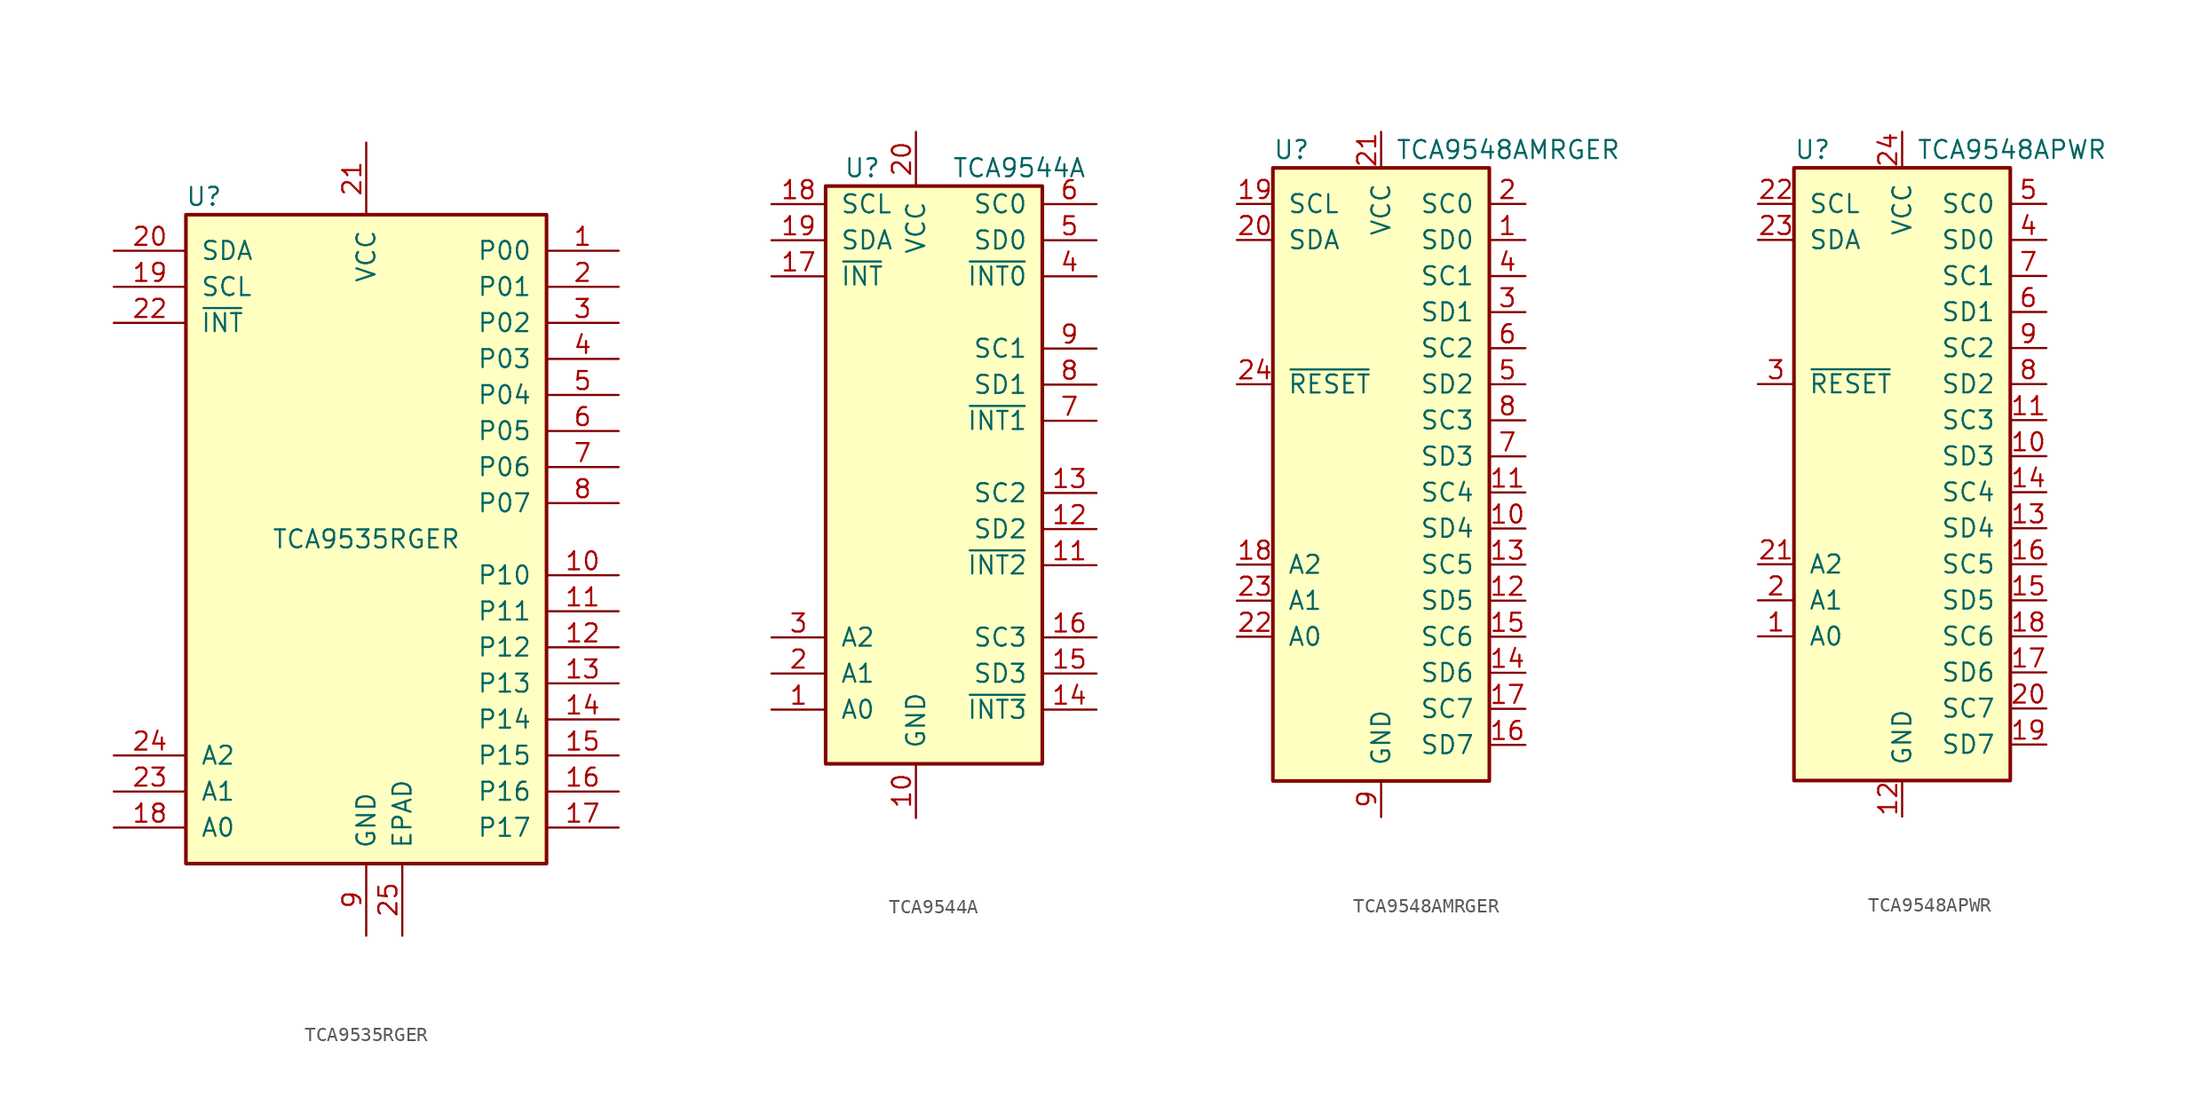
<source format=kicad_sym>
(kicad_symbol_lib
  (version 20201005)
  (generator kicad_symbol_editor)
  (symbol "TCA9535RGER"
    (pin_names
      (offset 1.016))
    (property "Reference" "U"
      (at -11.43 24.13 0)
      (effects (font (size 1.27 1.27))))
    (property "Value" "TCA9535RGER"
      (at 0 0 0)
      (effects (font (size 1.27 1.27))))
    (symbol "TCA9535RGER_0_1"
      (rectangle (start -12.7 22.86) (end 12.7 -22.86) (stroke (width 0.254)) (fill (type background))))
    (symbol "TCA9535RGER_1_1"
      (pin bidirectional line (at 17.78 20.32 180) (length 5.08) (name "P00" (effects (font (size 1.27 1.27)))) (number "1" (effects (font (size 1.27 1.27)))))
      (pin bidirectional line (at 17.78 -2.54 180) (length 5.08) (name "P10" (effects (font (size 1.27 1.27)))) (number "10" (effects (font (size 1.27 1.27)))))
      (pin bidirectional line (at 17.78 -5.08 180) (length 5.08) (name "P11" (effects (font (size 1.27 1.27)))) (number "11" (effects (font (size 1.27 1.27)))))
      (pin bidirectional line (at 17.78 -7.62 180) (length 5.08) (name "P12" (effects (font (size 1.27 1.27)))) (number "12" (effects (font (size 1.27 1.27)))))
      (pin bidirectional line (at 17.78 -10.16 180) (length 5.08) (name "P13" (effects (font (size 1.27 1.27)))) (number "13" (effects (font (size 1.27 1.27)))))
      (pin bidirectional line (at 17.78 -12.7 180) (length 5.08) (name "P14" (effects (font (size 1.27 1.27)))) (number "14" (effects (font (size 1.27 1.27)))))
      (pin bidirectional line (at 17.78 -15.24 180) (length 5.08) (name "P15" (effects (font (size 1.27 1.27)))) (number "15" (effects (font (size 1.27 1.27)))))
      (pin bidirectional line (at 17.78 -17.78 180) (length 5.08) (name "P16" (effects (font (size 1.27 1.27)))) (number "16" (effects (font (size 1.27 1.27)))))
      (pin bidirectional line (at 17.78 -20.32 180) (length 5.08) (name "P17" (effects (font (size 1.27 1.27)))) (number "17" (effects (font (size 1.27 1.27)))))
      (pin input line (at -17.78 -20.32 0) (length 5.08) (name "A0" (effects (font (size 1.27 1.27)))) (number "18" (effects (font (size 1.27 1.27)))))
      (pin input line (at -17.78 17.78 0) (length 5.08) (name "SCL" (effects (font (size 1.27 1.27)))) (number "19" (effects (font (size 1.27 1.27)))))
      (pin bidirectional line (at 17.78 17.78 180) (length 5.08) (name "P01" (effects (font (size 1.27 1.27)))) (number "2" (effects (font (size 1.27 1.27)))))
      (pin bidirectional line (at -17.78 20.32 0) (length 5.08) (name "SDA" (effects (font (size 1.27 1.27)))) (number "20" (effects (font (size 1.27 1.27)))))
      (pin power_in line (at 0 27.94 270) (length 5.08) (name "VCC" (effects (font (size 1.27 1.27)))) (number "21" (effects (font (size 1.27 1.27)))))
      (pin open_collector line (at -17.78 15.24 0) (length 5.08) (name "~INT" (effects (font (size 1.27 1.27)))) (number "22" (effects (font (size 1.27 1.27)))))
      (pin input line (at -17.78 -17.78 0) (length 5.08) (name "A1" (effects (font (size 1.27 1.27)))) (number "23" (effects (font (size 1.27 1.27)))))
      (pin input line (at -17.78 -15.24 0) (length 5.08) (name "A2" (effects (font (size 1.27 1.27)))) (number "24" (effects (font (size 1.27 1.27)))))
      (pin input line (at 2.54 -27.94 90) (length 5.08) (name "EPAD" (effects (font (size 1.27 1.27)))) (number "25" (effects (font (size 1.27 1.27)))))
      (pin bidirectional line (at 17.78 15.24 180) (length 5.08) (name "P02" (effects (font (size 1.27 1.27)))) (number "3" (effects (font (size 1.27 1.27)))))
      (pin bidirectional line (at 17.78 12.7 180) (length 5.08) (name "P03" (effects (font (size 1.27 1.27)))) (number "4" (effects (font (size 1.27 1.27)))))
      (pin bidirectional line (at 17.78 10.16 180) (length 5.08) (name "P04" (effects (font (size 1.27 1.27)))) (number "5" (effects (font (size 1.27 1.27)))))
      (pin bidirectional line (at 17.78 7.62 180) (length 5.08) (name "P05" (effects (font (size 1.27 1.27)))) (number "6" (effects (font (size 1.27 1.27)))))
      (pin bidirectional line (at 17.78 5.08 180) (length 5.08) (name "P06" (effects (font (size 1.27 1.27)))) (number "7" (effects (font (size 1.27 1.27)))))
      (pin bidirectional line (at 17.78 2.54 180) (length 5.08) (name "P07" (effects (font (size 1.27 1.27)))) (number "8" (effects (font (size 1.27 1.27)))))
      (pin power_in line (at 0 -27.94 90) (length 5.08) (name "GND" (effects (font (size 1.27 1.27)))) (number "9" (effects (font (size 1.27 1.27)))))))
  (symbol "TCA9544A"
    (pin_names
      (offset 1.016))
    (property "Reference" "U"
      (at -5.08 20.32 0)
      (effects (font (size 1.27 1.27)) (justify left)))
    (property "Value" "TCA9544A"
      (at 2.54 20.32 0)
      (effects (font (size 1.27 1.27)) (justify left)))
    (symbol "TCA9544A_0_1"
      (rectangle (start -6.35 19.05) (end 8.89 -21.59) (stroke (width 0.254)) (fill (type background))))
    (symbol "TCA9544A_1_1"
      (pin input line (at -10.16 -17.78 0) (length 3.81) (name "A0" (effects (font (size 1.27 1.27)))) (number "1" (effects (font (size 1.27 1.27)))))
      (pin power_in line (at 0 -25.4 90) (length 3.81) (name "GND" (effects (font (size 1.27 1.27)))) (number "10" (effects (font (size 1.27 1.27)))))
      (pin input line (at 12.7 -7.62 180) (length 3.81) (name "~INT2" (effects (font (size 1.27 1.27)))) (number "11" (effects (font (size 1.27 1.27)))))
      (pin bidirectional line (at 12.7 -5.08 180) (length 3.81) (name "SD2" (effects (font (size 1.27 1.27)))) (number "12" (effects (font (size 1.27 1.27)))))
      (pin bidirectional line (at 12.7 -2.54 180) (length 3.81) (name "SC2" (effects (font (size 1.27 1.27)))) (number "13" (effects (font (size 1.27 1.27)))))
      (pin input line (at 12.7 -17.78 180) (length 3.81) (name "~INT3" (effects (font (size 1.27 1.27)))) (number "14" (effects (font (size 1.27 1.27)))))
      (pin bidirectional line (at 12.7 -15.24 180) (length 3.81) (name "SD3" (effects (font (size 1.27 1.27)))) (number "15" (effects (font (size 1.27 1.27)))))
      (pin bidirectional line (at 12.7 -12.7 180) (length 3.81) (name "SC3" (effects (font (size 1.27 1.27)))) (number "16" (effects (font (size 1.27 1.27)))))
      (pin open_collector line (at -10.16 12.7 0) (length 3.81) (name "~INT" (effects (font (size 1.27 1.27)))) (number "17" (effects (font (size 1.27 1.27)))))
      (pin bidirectional line (at -10.16 17.78 0) (length 3.81) (name "SCL" (effects (font (size 1.27 1.27)))) (number "18" (effects (font (size 1.27 1.27)))))
      (pin bidirectional line (at -10.16 15.24 0) (length 3.81) (name "SDA" (effects (font (size 1.27 1.27)))) (number "19" (effects (font (size 1.27 1.27)))))
      (pin input line (at -10.16 -15.24 0) (length 3.81) (name "A1" (effects (font (size 1.27 1.27)))) (number "2" (effects (font (size 1.27 1.27)))))
      (pin power_in line (at 0 22.86 270) (length 3.81) (name "VCC" (effects (font (size 1.27 1.27)))) (number "20" (effects (font (size 1.27 1.27)))))
      (pin input line (at -10.16 -12.7 0) (length 3.81) (name "A2" (effects (font (size 1.27 1.27)))) (number "3" (effects (font (size 1.27 1.27)))))
      (pin input line (at 12.7 12.7 180) (length 3.81) (name "~INT0" (effects (font (size 1.27 1.27)))) (number "4" (effects (font (size 1.27 1.27)))))
      (pin bidirectional line (at 12.7 15.24 180) (length 3.81) (name "SD0" (effects (font (size 1.27 1.27)))) (number "5" (effects (font (size 1.27 1.27)))))
      (pin bidirectional line (at 12.7 17.78 180) (length 3.81) (name "SC0" (effects (font (size 1.27 1.27)))) (number "6" (effects (font (size 1.27 1.27)))))
      (pin input line (at 12.7 2.54 180) (length 3.81) (name "~INT1" (effects (font (size 1.27 1.27)))) (number "7" (effects (font (size 1.27 1.27)))))
      (pin bidirectional line (at 12.7 5.08 180) (length 3.81) (name "SD1" (effects (font (size 1.27 1.27)))) (number "8" (effects (font (size 1.27 1.27)))))
      (pin bidirectional line (at 12.7 7.62 180) (length 3.81) (name "SC1" (effects (font (size 1.27 1.27)))) (number "9" (effects (font (size 1.27 1.27)))))))
  (symbol "TCA9548AMRGER"
    (pin_names
      (offset 1.016))
    (property "Reference" "U"
      (at -7.62 21.59 0)
      (effects (font (size 1.27 1.27)) (justify left)))
    (property "Value" "TCA9548AMRGER"
      (at 1.016 21.59 0)
      (effects (font (size 1.27 1.27)) (justify left)))
    (symbol "TCA9548AMRGER_0_1"
      (rectangle (start -7.62 20.32) (end 7.62 -22.86) (stroke (width 0.254)) (fill (type background))))
    (symbol "TCA9548AMRGER_1_1"
      (pin bidirectional line (at 10.16 15.24 180) (length 2.54) (name "SD0" (effects (font (size 1.27 1.27)))) (number "1" (effects (font (size 1.27 1.27)))))
      (pin bidirectional line (at 10.16 -5.08 180) (length 2.54) (name "SD4" (effects (font (size 1.27 1.27)))) (number "10" (effects (font (size 1.27 1.27)))))
      (pin bidirectional line (at 10.16 -2.54 180) (length 2.54) (name "SC4" (effects (font (size 1.27 1.27)))) (number "11" (effects (font (size 1.27 1.27)))))
      (pin bidirectional line (at 10.16 -10.16 180) (length 2.54) (name "SD5" (effects (font (size 1.27 1.27)))) (number "12" (effects (font (size 1.27 1.27)))))
      (pin bidirectional line (at 10.16 -7.62 180) (length 2.54) (name "SC5" (effects (font (size 1.27 1.27)))) (number "13" (effects (font (size 1.27 1.27)))))
      (pin bidirectional line (at 10.16 -15.24 180) (length 2.54) (name "SD6" (effects (font (size 1.27 1.27)))) (number "14" (effects (font (size 1.27 1.27)))))
      (pin bidirectional line (at 10.16 -12.7 180) (length 2.54) (name "SC6" (effects (font (size 1.27 1.27)))) (number "15" (effects (font (size 1.27 1.27)))))
      (pin bidirectional line (at 10.16 -20.32 180) (length 2.54) (name "SD7" (effects (font (size 1.27 1.27)))) (number "16" (effects (font (size 1.27 1.27)))))
      (pin bidirectional line (at 10.16 -17.78 180) (length 2.54) (name "SC7" (effects (font (size 1.27 1.27)))) (number "17" (effects (font (size 1.27 1.27)))))
      (pin input line (at -10.16 -7.62 0) (length 2.54) (name "A2" (effects (font (size 1.27 1.27)))) (number "18" (effects (font (size 1.27 1.27)))))
      (pin bidirectional line (at -10.16 17.78 0) (length 2.54) (name "SCL" (effects (font (size 1.27 1.27)))) (number "19" (effects (font (size 1.27 1.27)))))
      (pin bidirectional line (at 10.16 17.78 180) (length 2.54) (name "SC0" (effects (font (size 1.27 1.27)))) (number "2" (effects (font (size 1.27 1.27)))))
      (pin bidirectional line (at -10.16 15.24 0) (length 2.54) (name "SDA" (effects (font (size 1.27 1.27)))) (number "20" (effects (font (size 1.27 1.27)))))
      (pin power_in line (at 0 22.86 270) (length 2.54) (name "VCC" (effects (font (size 1.27 1.27)))) (number "21" (effects (font (size 1.27 1.27)))))
      (pin input line (at -10.16 -12.7 0) (length 2.54) (name "A0" (effects (font (size 1.27 1.27)))) (number "22" (effects (font (size 1.27 1.27)))))
      (pin input line (at -10.16 -10.16 0) (length 2.54) (name "A1" (effects (font (size 1.27 1.27)))) (number "23" (effects (font (size 1.27 1.27)))))
      (pin input line (at -10.16 5.08 0) (length 2.54) (name "~RESET" (effects (font (size 1.27 1.27)))) (number "24" (effects (font (size 1.27 1.27)))))
      (pin no_connect line (at -7.62 -15.24 0) (length 2.54) hide (name "1EP" (effects (font (size 1.27 1.27)))) (number "25" (effects (font (size 1.27 1.27)))))
      (pin bidirectional line (at 10.16 10.16 180) (length 2.54) (name "SD1" (effects (font (size 1.27 1.27)))) (number "3" (effects (font (size 1.27 1.27)))))
      (pin bidirectional line (at 10.16 12.7 180) (length 2.54) (name "SC1" (effects (font (size 1.27 1.27)))) (number "4" (effects (font (size 1.27 1.27)))))
      (pin bidirectional line (at 10.16 5.08 180) (length 2.54) (name "SD2" (effects (font (size 1.27 1.27)))) (number "5" (effects (font (size 1.27 1.27)))))
      (pin bidirectional line (at 10.16 7.62 180) (length 2.54) (name "SC2" (effects (font (size 1.27 1.27)))) (number "6" (effects (font (size 1.27 1.27)))))
      (pin bidirectional line (at 10.16 0 180) (length 2.54) (name "SD3" (effects (font (size 1.27 1.27)))) (number "7" (effects (font (size 1.27 1.27)))))
      (pin bidirectional line (at 10.16 2.54 180) (length 2.54) (name "SC3" (effects (font (size 1.27 1.27)))) (number "8" (effects (font (size 1.27 1.27)))))
      (pin power_in line (at 0 -25.4 90) (length 2.54) (name "GND" (effects (font (size 1.27 1.27)))) (number "9" (effects (font (size 1.27 1.27)))))))
  (symbol "TCA9548APWR"
    (pin_names
      (offset 1.016))
    (property "Reference" "U"
      (at -7.62 21.59 0)
      (effects (font (size 1.27 1.27)) (justify left)))
    (property "Value" "TCA9548APWR"
      (at 1.016 21.59 0)
      (effects (font (size 1.27 1.27)) (justify left)))
    (symbol "TCA9548APWR_0_1"
      (rectangle (start -7.62 20.32) (end 7.62 -22.86) (stroke (width 0.254)) (fill (type background))))
    (symbol "TCA9548APWR_1_1"
      (pin input line (at -10.16 -12.7 0) (length 2.54) (name "A0" (effects (font (size 1.27 1.27)))) (number "1" (effects (font (size 1.27 1.27)))))
      (pin bidirectional line (at 10.16 0 180) (length 2.54) (name "SD3" (effects (font (size 1.27 1.27)))) (number "10" (effects (font (size 1.27 1.27)))))
      (pin bidirectional line (at 10.16 2.54 180) (length 2.54) (name "SC3" (effects (font (size 1.27 1.27)))) (number "11" (effects (font (size 1.27 1.27)))))
      (pin power_in line (at 0 -25.4 90) (length 2.54) (name "GND" (effects (font (size 1.27 1.27)))) (number "12" (effects (font (size 1.27 1.27)))))
      (pin bidirectional line (at 10.16 -5.08 180) (length 2.54) (name "SD4" (effects (font (size 1.27 1.27)))) (number "13" (effects (font (size 1.27 1.27)))))
      (pin bidirectional line (at 10.16 -2.54 180) (length 2.54) (name "SC4" (effects (font (size 1.27 1.27)))) (number "14" (effects (font (size 1.27 1.27)))))
      (pin bidirectional line (at 10.16 -10.16 180) (length 2.54) (name "SD5" (effects (font (size 1.27 1.27)))) (number "15" (effects (font (size 1.27 1.27)))))
      (pin bidirectional line (at 10.16 -7.62 180) (length 2.54) (name "SC5" (effects (font (size 1.27 1.27)))) (number "16" (effects (font (size 1.27 1.27)))))
      (pin bidirectional line (at 10.16 -15.24 180) (length 2.54) (name "SD6" (effects (font (size 1.27 1.27)))) (number "17" (effects (font (size 1.27 1.27)))))
      (pin bidirectional line (at 10.16 -12.7 180) (length 2.54) (name "SC6" (effects (font (size 1.27 1.27)))) (number "18" (effects (font (size 1.27 1.27)))))
      (pin bidirectional line (at 10.16 -20.32 180) (length 2.54) (name "SD7" (effects (font (size 1.27 1.27)))) (number "19" (effects (font (size 1.27 1.27)))))
      (pin input line (at -10.16 -10.16 0) (length 2.54) (name "A1" (effects (font (size 1.27 1.27)))) (number "2" (effects (font (size 1.27 1.27)))))
      (pin bidirectional line (at 10.16 -17.78 180) (length 2.54) (name "SC7" (effects (font (size 1.27 1.27)))) (number "20" (effects (font (size 1.27 1.27)))))
      (pin input line (at -10.16 -7.62 0) (length 2.54) (name "A2" (effects (font (size 1.27 1.27)))) (number "21" (effects (font (size 1.27 1.27)))))
      (pin bidirectional line (at -10.16 17.78 0) (length 2.54) (name "SCL" (effects (font (size 1.27 1.27)))) (number "22" (effects (font (size 1.27 1.27)))))
      (pin bidirectional line (at -10.16 15.24 0) (length 2.54) (name "SDA" (effects (font (size 1.27 1.27)))) (number "23" (effects (font (size 1.27 1.27)))))
      (pin power_in line (at 0 22.86 270) (length 2.54) (name "VCC" (effects (font (size 1.27 1.27)))) (number "24" (effects (font (size 1.27 1.27)))))
      (pin input line (at -10.16 5.08 0) (length 2.54) (name "~RESET" (effects (font (size 1.27 1.27)))) (number "3" (effects (font (size 1.27 1.27)))))
      (pin bidirectional line (at 10.16 15.24 180) (length 2.54) (name "SD0" (effects (font (size 1.27 1.27)))) (number "4" (effects (font (size 1.27 1.27)))))
      (pin bidirectional line (at 10.16 17.78 180) (length 2.54) (name "SC0" (effects (font (size 1.27 1.27)))) (number "5" (effects (font (size 1.27 1.27)))))
      (pin bidirectional line (at 10.16 10.16 180) (length 2.54) (name "SD1" (effects (font (size 1.27 1.27)))) (number "6" (effects (font (size 1.27 1.27)))))
      (pin bidirectional line (at 10.16 12.7 180) (length 2.54) (name "SC1" (effects (font (size 1.27 1.27)))) (number "7" (effects (font (size 1.27 1.27)))))
      (pin bidirectional line (at 10.16 5.08 180) (length 2.54) (name "SD2" (effects (font (size 1.27 1.27)))) (number "8" (effects (font (size 1.27 1.27)))))
      (pin bidirectional line (at 10.16 7.62 180) (length 2.54) (name "SC2" (effects (font (size 1.27 1.27)))) (number "9" (effects (font (size 1.27 1.27))))))))
</source>
